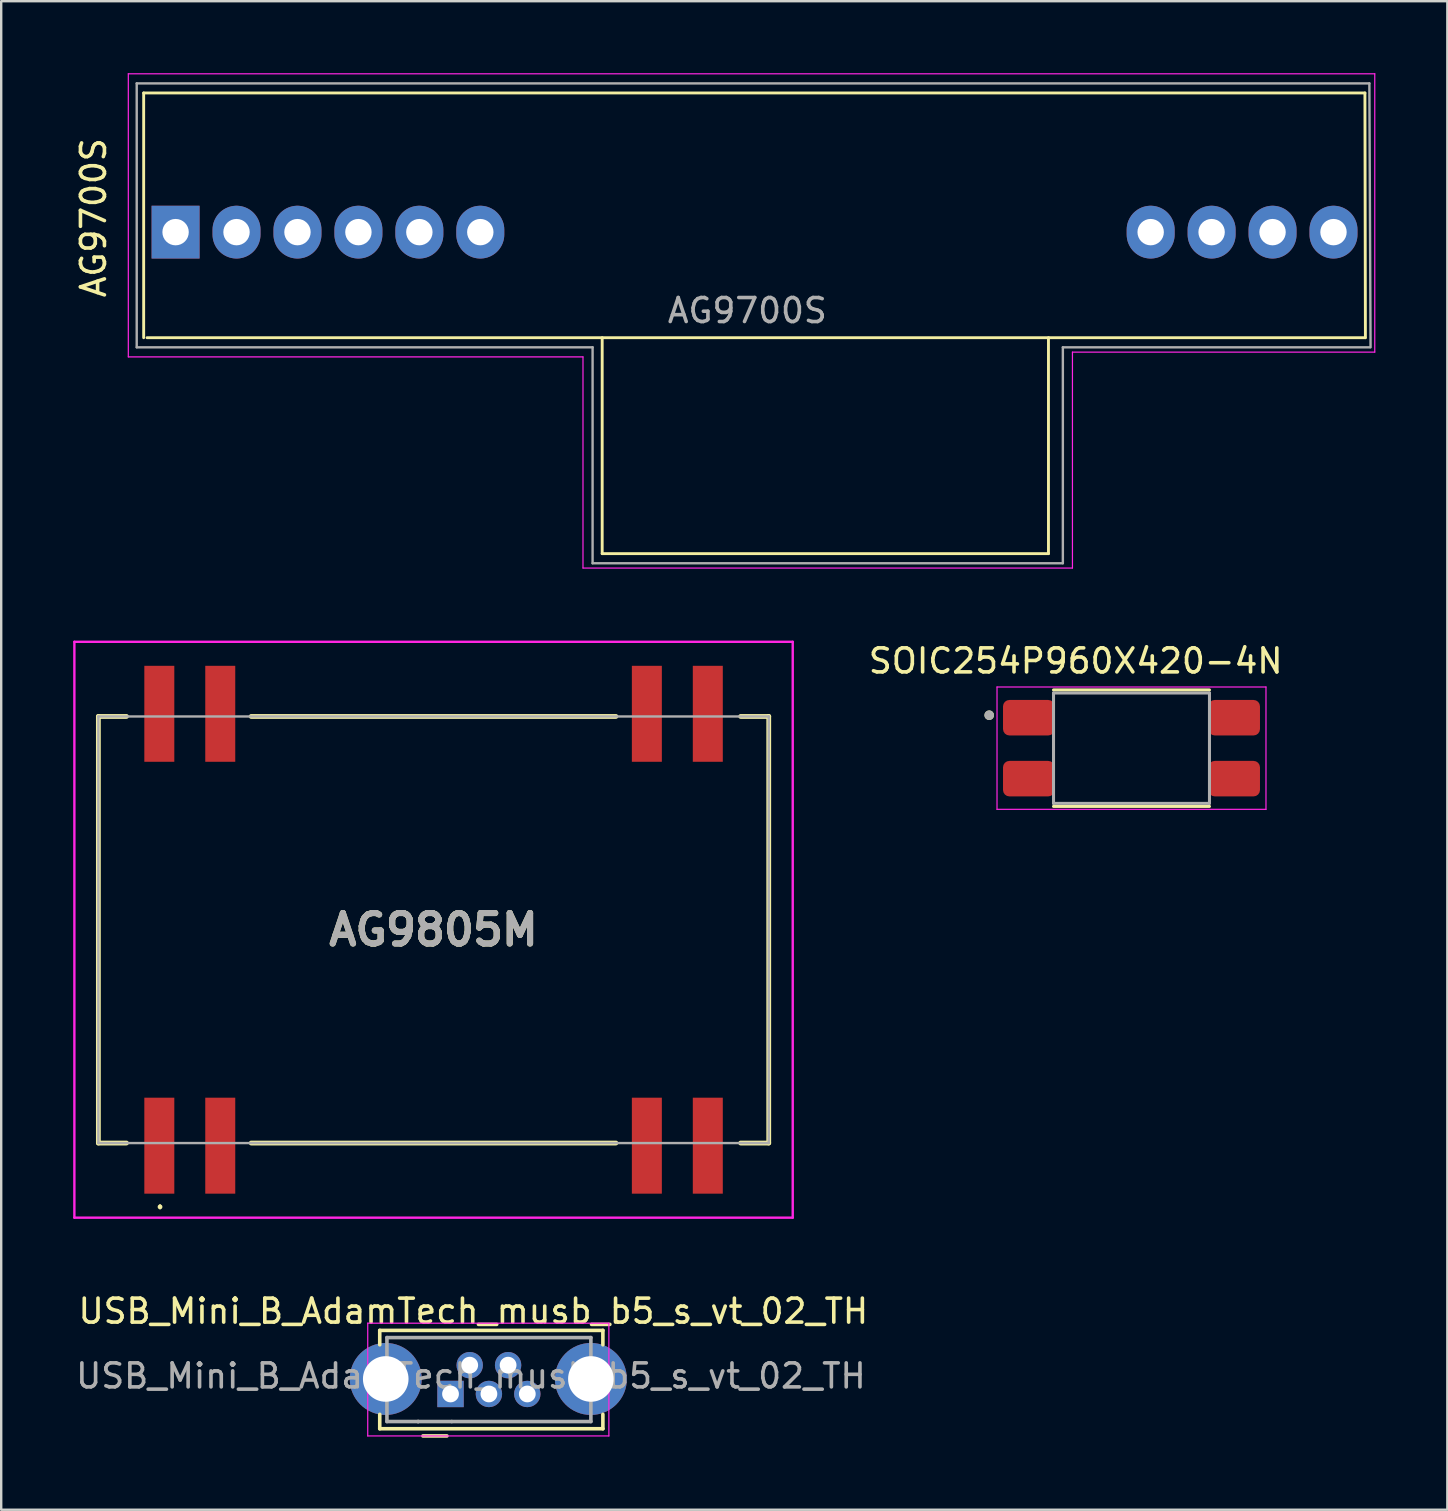
<source format=kicad_pcb>
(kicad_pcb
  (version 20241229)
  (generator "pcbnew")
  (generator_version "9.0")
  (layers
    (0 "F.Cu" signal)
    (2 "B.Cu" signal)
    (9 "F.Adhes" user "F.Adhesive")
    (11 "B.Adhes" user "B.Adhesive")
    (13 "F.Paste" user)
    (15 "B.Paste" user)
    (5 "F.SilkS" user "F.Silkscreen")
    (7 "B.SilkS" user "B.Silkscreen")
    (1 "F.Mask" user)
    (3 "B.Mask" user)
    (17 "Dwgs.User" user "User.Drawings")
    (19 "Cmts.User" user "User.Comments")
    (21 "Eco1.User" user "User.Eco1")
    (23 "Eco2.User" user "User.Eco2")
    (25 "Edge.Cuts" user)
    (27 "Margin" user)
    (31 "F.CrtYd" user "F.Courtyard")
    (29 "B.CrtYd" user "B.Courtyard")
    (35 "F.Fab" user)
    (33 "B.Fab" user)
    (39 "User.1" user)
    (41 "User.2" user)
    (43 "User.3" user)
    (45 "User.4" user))
  (footprint "AG9805M"
    (layer "F.Cu")
    (at 15.02 35.7)
    (property "Reference" "AG9805M" (at 0 0 0) (layer "F.SilkS") (effects (font (size 1.27 1.27) (thickness 0.254))))
    (attr smd)
    (fp_line (start -13.97 -8.89) (end -13.97 8.89) (stroke (width 0.2) (type solid)) (layer "F.SilkS"))
    (fp_line (start -13.97 8.89) (end -12.8 8.89) (stroke (width 0.2) (type solid)) (layer "F.SilkS"))
    (fp_line (start -12.8 -8.89) (end -13.97 -8.89) (stroke (width 0.2) (type solid)) (layer "F.SilkS"))
    (fp_line (start -11.4 11.5) (end -11.4 11.5) (stroke (width 0.1) (type solid)) (layer "F.SilkS"))
    (fp_line (start -11.4 11.6) (end -11.4 11.6) (stroke (width 0.1) (type solid)) (layer "F.SilkS"))
    (fp_line (start -7.6 -8.89) (end 7.6 -8.89) (stroke (width 0.2) (type solid)) (layer "F.SilkS"))
    (fp_line (start -7.6 8.89) (end 7.6 8.89) (stroke (width 0.2) (type solid)) (layer "F.SilkS"))
    (fp_line (start 12.8 -8.89) (end 13.97 -8.89) (stroke (width 0.2) (type solid)) (layer "F.SilkS"))
    (fp_line (start 13.97 -8.89) (end 13.97 8.89) (stroke (width 0.2) (type solid)) (layer "F.SilkS"))
    (fp_line (start 13.97 8.89) (end 12.8 8.89) (stroke (width 0.2) (type solid)) (layer "F.SilkS"))
    (fp_arc (start -11.4 11.5) (mid -11.35 11.55) (end -11.4 11.6) (stroke (width 0.1) (type solid)) (layer "F.SilkS"))
    (fp_arc (start -11.4 11.6) (mid -11.45 11.55) (end -11.4 11.5) (stroke (width 0.1) (type solid)) (layer "F.SilkS"))
    (fp_line (start -14.97 -12) (end 14.97 -12) (stroke (width 0.1) (type solid)) (layer "F.CrtYd"))
    (fp_line (start -14.97 12) (end -14.97 -12) (stroke (width 0.1) (type solid)) (layer "F.CrtYd"))
    (fp_line (start 14.97 -12) (end 14.97 12) (stroke (width 0.1) (type solid)) (layer "F.CrtYd"))
    (fp_line (start 14.97 12) (end -14.97 12) (stroke (width 0.1) (type solid)) (layer "F.CrtYd"))
    (fp_line (start -13.97 -8.89) (end 13.97 -8.89) (stroke (width 0.1) (type solid)) (layer "F.Fab"))
    (fp_line (start -13.97 8.89) (end -13.97 -8.89) (stroke (width 0.1) (type solid)) (layer "F.Fab"))
    (fp_line (start 13.97 -8.89) (end 13.97 8.89) (stroke (width 0.1) (type solid)) (layer "F.Fab"))
    (fp_line (start 13.97 8.89) (end -13.97 8.89) (stroke (width 0.1) (type solid)) (layer "F.Fab"))
    (fp_text user "${REFERENCE}" (at 0 0 0) (layer "F.Fab") (effects (font (size 1.27 1.27) (thickness 0.254))))
    (pad "1" smd rect (at -11.43 9) (size 1.25 4) (layers "F.Cu" "F.Mask" "F.Paste"))
    (pad "2" smd rect (at -8.89 9) (size 1.25 4) (layers "F.Cu" "F.Mask" "F.Paste"))
    (pad "3" smd rect (at 8.89 9) (size 1.25 4) (layers "F.Cu" "F.Mask" "F.Paste"))
    (pad "4" smd rect (at 11.43 9) (size 1.25 4) (layers "F.Cu" "F.Mask" "F.Paste"))
    (pad "5" smd rect (at 11.43 -9) (size 1.25 4) (layers "F.Cu" "F.Mask" "F.Paste"))
    (pad "6" smd rect (at 8.89 -9) (size 1.25 4) (layers "F.Cu" "F.Mask" "F.Paste"))
    (pad "7" smd rect (at -8.89 -9) (size 1.25 4) (layers "F.Cu" "F.Mask" "F.Paste"))
    (pad "8" smd rect (at -11.43 -9) (size 1.25 4) (layers "F.Cu" "F.Mask" "F.Paste")))
  (footprint "AG9700S"
    (layer "F.Cu")
    (at 40.448 5.025)
    (property "Reference" "AG9700S" (at -39.6 1 90) (layer "F.SilkS") (effects (font (size 1 1) (thickness 0.15))))
    (attr through_hole)
    (fp_line (start -37.51 -4.2) (end 13.39 -4.2) (stroke (width 0.12) (type solid)) (layer "F.SilkS"))
    (fp_line (start -37.51 6) (end -37.51 -4.2) (stroke (width 0.12) (type solid)) (layer "F.SilkS"))
    (fp_line (start -37.37 6) (end 13.4 6) (stroke (width 0.12) (type solid)) (layer "F.SilkS"))
    (fp_line (start -18.4 15) (end -18.4 6) (stroke (width 0.12) (type solid)) (layer "F.SilkS"))
    (fp_line (start 0.2 6) (end 0.2 15) (stroke (width 0.12) (type solid)) (layer "F.SilkS"))
    (fp_line (start 0.2 15) (end -18.4 15) (stroke (width 0.12) (type solid)) (layer "F.SilkS"))
    (fp_line (start 13.39 -4.2) (end 13.41 6) (stroke (width 0.12) (type solid)) (layer "F.SilkS"))
    (fp_line (start -38.15 -5) (end -38.15 6.8) (stroke (width 0.05) (type solid)) (layer "F.CrtYd"))
    (fp_line (start -38.15 6.8) (end -19.2 6.8) (stroke (width 0.05) (type solid)) (layer "F.CrtYd"))
    (fp_line (start -19.2 6.8) (end -19.2 15.6) (stroke (width 0.05) (type solid)) (layer "F.CrtYd"))
    (fp_line (start -19.2 15.6) (end 1.2 15.6) (stroke (width 0.05) (type solid)) (layer "F.CrtYd"))
    (fp_line (start 1.2 6.6) (end 13.8 6.6) (stroke (width 0.05) (type solid)) (layer "F.CrtYd"))
    (fp_line (start 1.2 15.6) (end 1.2 6.6) (stroke (width 0.05) (type solid)) (layer "F.CrtYd"))
    (fp_line (start 13.8 -5) (end -38.15 -5) (stroke (width 0.05) (type solid)) (layer "F.CrtYd"))
    (fp_line (start 13.8 6.6) (end 13.8 -5) (stroke (width 0.05) (type solid)) (layer "F.CrtYd"))
    (fp_line (start -37.8 -4.6) (end 13.575 -4.6) (stroke (width 0.1) (type solid)) (layer "F.Fab"))
    (fp_line (start -37.8 6.4) (end -37.8 -4.6) (stroke (width 0.1) (type solid)) (layer "F.Fab"))
    (fp_line (start -18.8 6.4) (end -37.8 6.4) (stroke (width 0.1) (type solid)) (layer "F.Fab"))
    (fp_line (start -18.8 15.4) (end -18.8 6.4) (stroke (width 0.1) (type solid)) (layer "F.Fab"))
    (fp_line (start 0.8 6.4) (end 13.6 6.4) (stroke (width 0.1) (type solid)) (layer "F.Fab"))
    (fp_line (start 0.8 15.4) (end -18.8 15.4) (stroke (width 0.1) (type solid)) (layer "F.Fab"))
    (fp_line (start 0.8 15.4) (end 0.8 6.4) (stroke (width 0.1) (type solid)) (layer "F.Fab"))
    (fp_line (start 13.625 6.4) (end 13.575 -4.6) (stroke (width 0.1) (type solid)) (layer "F.Fab"))
    (fp_text user "${REFERENCE}" (at -12.35 4.87 180) (layer "F.Fab") (effects (font (size 1 1) (thickness 0.15))))
    (pad "1" thru_hole rect (at -36.18 1.6 90) (size 2.2 2) (drill 1.1) (layers "*.Cu" "*.Mask"))
    (pad "2" thru_hole oval (at -33.64 1.6 90) (size 2.2 2) (drill 1.1) (layers "*.Cu" "*.Mask"))
    (pad "3" thru_hole oval (at -31.1 1.6 90) (size 2.2 2) (drill 1.1) (layers "*.Cu" "*.Mask"))
    (pad "4" thru_hole oval (at -28.56 1.6 90) (size 2.2 2) (drill 1.1) (layers "*.Cu" "*.Mask"))
    (pad "5" thru_hole oval (at -26.02 1.6 90) (size 2.2 2) (drill 1.1) (layers "*.Cu" "*.Mask"))
    (pad "6" thru_hole oval (at -23.48 1.6 90) (size 2.2 2) (drill 1.1) (layers "*.Cu" "*.Mask"))
    (pad "7" thru_hole oval (at 4.46 1.6 90) (size 2.2 2) (drill 1.1) (layers "*.Cu" "*.Mask"))
    (pad "8" thru_hole oval (at 7 1.6 90) (size 2.2 2) (drill 1.1) (layers "*.Cu" "*.Mask"))
    (pad "9" thru_hole oval (at 9.54 1.6 90) (size 2.2 2) (drill 1.1) (layers "*.Cu" "*.Mask"))
    (pad "10" thru_hole oval (at 12.08 1.6 90) (size 2.2 2) (drill 1.1) (layers "*.Cu" "*.Mask")))
  (footprint "USB_Mini_B_AdamTech_musb_b5_s_vt_02_TH"
    (layer "F.Cu")
    (at 17.327 54.448)
    (property "Reference" "USB_Mini_B_AdamTech_musb_b5_s_vt_02_TH" (at -0.65 -2.85 0) (layer "F.SilkS") (effects (font (size 1 1) (thickness 0.15))))
    (attr through_hole)
    (fp_line (start -4.55 -2.05) (end 4.75 -2.05) (stroke (width 0.15) (type solid)) (layer "F.SilkS"))
    (fp_line (start -4.55 -1.45) (end -4.55 -2.05) (stroke (width 0.15) (type solid)) (layer "F.SilkS"))
    (fp_line (start -4.55 1.45) (end -4.55 2.05) (stroke (width 0.15) (type solid)) (layer "F.SilkS"))
    (fp_line (start -4.55 2.05) (end 4.75 2.05) (stroke (width 0.15) (type solid)) (layer "F.SilkS"))
    (fp_line (start -2.75 2.35) (end -1.75 2.35) (stroke (width 0.15) (type solid)) (layer "F.SilkS"))
    (fp_line (start 4.75 -2.05) (end 4.75 -1.45) (stroke (width 0.15) (type solid)) (layer "F.SilkS"))
    (fp_line (start 4.75 2.05) (end 4.75 1.45) (stroke (width 0.15) (type solid)) (layer "F.SilkS"))
    (fp_line (start -5.05 -2.35) (end -5.05 2.35) (stroke (width 0.05) (type solid)) (layer "F.CrtYd"))
    (fp_line (start -5.05 2.35) (end 5 2.35) (stroke (width 0.05) (type solid)) (layer "F.CrtYd"))
    (fp_line (start 5 -2.35) (end -5.05 -2.35) (stroke (width 0.05) (type solid)) (layer "F.CrtYd"))
    (fp_line (start 5 2.35) (end 5 -2.35) (stroke (width 0.05) (type solid)) (layer "F.CrtYd"))
    (fp_line (start -4.25 1.75) (end -4.25 -1.75) (stroke (width 0.15) (type solid)) (layer "F.Fab"))
    (fp_line (start -4.25 1.75) (end -2.95 1.75) (stroke (width 0.15) (type solid)) (layer "F.Fab"))
    (fp_line (start -2.95 1.75) (end -2.95 1.75) (stroke (width 0.15) (type solid)) (layer "F.Fab"))
    (fp_line (start -2.95 1.75) (end -1.55 1.75) (stroke (width 0.15) (type solid)) (layer "F.Fab"))
    (fp_line (start -1.55 1.75) (end 4.25 1.75) (stroke (width 0.15) (type solid)) (layer "F.Fab"))
    (fp_line (start 4.25 -1.75) (end -4.25 -1.75) (stroke (width 0.15) (type solid)) (layer "F.Fab"))
    (fp_line (start 4.25 -1.75) (end 4.25 1.75) (stroke (width 0.15) (type solid)) (layer "F.Fab"))
    (fp_text user "${REFERENCE}" (at -0.75 -0.15 0) (layer "F.Fab") (effects (font (size 1 1) (thickness 0.15))))
    (pad "1" thru_hole rect (at -1.6 0.6) (size 1.1 1.1) (drill 0.7) (layers "*.Cu" "*.Mask"))
    (pad "2" thru_hole circle (at -0.8 -0.6) (size 1.1 1.1) (drill 0.7) (layers "*.Cu" "*.Mask"))
    (pad "3" thru_hole circle (at 0 0.6) (size 1.1 1.1) (drill 0.7) (layers "*.Cu" "*.Mask"))
    (pad "4" thru_hole circle (at 0.8 -0.6) (size 1.1 1.1) (drill 0.7) (layers "*.Cu" "*.Mask"))
    (pad "5" thru_hole circle (at 1.6 0.6) (size 1.1 1.1) (drill 0.7) (layers "*.Cu" "*.Mask"))
    (pad "6" thru_hole circle (at -4.3 -0.025) (size 3 3) (drill 1.9) (layers "*.Cu" "*.Mask"))
    (pad "6" thru_hole circle (at 4.25 -0.025) (size 3 3) (drill 1.9) (layers "*.Cu" "*.Mask")))
  (footprint "SOIC254P960X420-4N"
    (layer "F.Cu")
    (at 44.109 28.133)
    (property "Reference" "SOIC254P960X420-4N" (at -2.325 -3.635 0) (layer "F.SilkS") (effects (font (size 1 1) (thickness 0.15))))
    (attr through_hole)
    (fp_line (start -3.25 -2.427) (end 3.25 -2.427) (stroke (width 0.127) (type solid)) (layer "F.SilkS"))
    (fp_line (start -3.25 2.427) (end 3.25 2.427) (stroke (width 0.127) (type solid)) (layer "F.SilkS"))
    (fp_circle (center -5.93 -1.374) (end -5.83 -1.374) (stroke (width 0.2) (type solid)) (fill no) (layer "F.SilkS"))
    (fp_line (start -5.605 -2.55) (end -5.605 2.55) (stroke (width 0.05) (type solid)) (layer "F.CrtYd"))
    (fp_line (start -5.605 -2.55) (end 5.605 -2.55) (stroke (width 0.05) (type solid)) (layer "F.CrtYd"))
    (fp_line (start -5.605 2.55) (end 5.605 2.55) (stroke (width 0.05) (type solid)) (layer "F.CrtYd"))
    (fp_line (start 5.605 -2.55) (end 5.605 2.55) (stroke (width 0.05) (type solid)) (layer "F.CrtYd"))
    (fp_line (start -3.25 -2.3) (end -3.25 2.3) (stroke (width 0.127) (type solid)) (layer "F.Fab"))
    (fp_line (start -3.25 -2.3) (end 3.25 -2.3) (stroke (width 0.127) (type solid)) (layer "F.Fab"))
    (fp_line (start -3.25 2.3) (end 3.25 2.3) (stroke (width 0.127) (type solid)) (layer "F.Fab"))
    (fp_line (start 3.25 -2.3) (end 3.25 2.3) (stroke (width 0.127) (type solid)) (layer "F.Fab"))
    (fp_circle (center -5.93 -1.374) (end -5.83 -1.374) (stroke (width 0.2) (type solid)) (fill no) (layer "F.Fab"))
    (pad "1" smd roundrect (at -4.28 -1.27) (size 2.15 1.48) (layers "F.Cu" "F.Mask" "F.Paste") (roundrect_rratio 0.18))
    (pad "2" smd roundrect (at -4.28 1.27) (size 2.15 1.48) (layers "F.Cu" "F.Mask" "F.Paste") (roundrect_rratio 0.18))
    (pad "3" smd roundrect (at 4.28 1.27) (size 2.15 1.48) (layers "F.Cu" "F.Mask" "F.Paste") (roundrect_rratio 0.18))
    (pad "4" smd roundrect (at 4.28 -1.27) (size 2.15 1.48) (layers "F.Cu" "F.Mask" "F.Paste") (roundrect_rratio 0.18)))
  (gr_rect
    (start -3 -3)
    (end 57.273 59.873)
    (stroke (width 0.1) (type default))
    (fill no)
    (layer "Edge.Cuts")))
</source>
